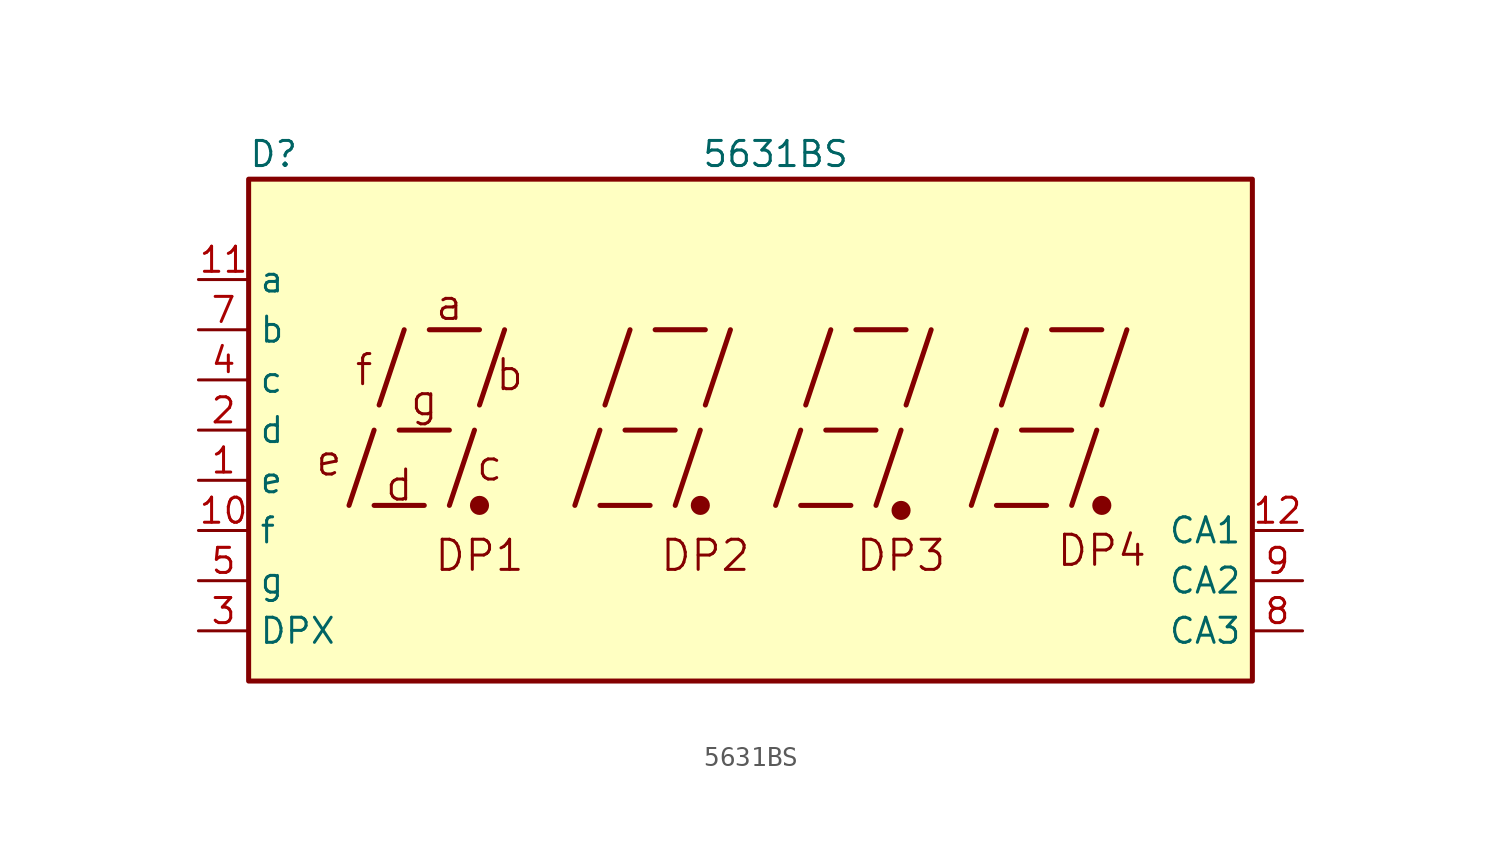
<source format=kicad_sym>
(kicad_symbol_lib
  (version 20220914)
  (generator kicad_symbol_editor)
  (symbol "5631BS"
    (property "Reference" "D"
      (at -25.4 13.97 0)
      (effects (font (size 1.27 1.27))))
    (property "Value" "5631BS"
      (at 0 13.97 0)
      (effects (font (size 1.27 1.27))))
    (symbol "5631BS_0_0"
      (rectangle (start -26.67 12.7) (end 24.13 -12.7) (stroke (width 0.254) (type default)) (fill (type background)))
      (polyline (pts (xy -21.59 -3.81) (xy -20.32 0)) (stroke (width 0.254) (type default)) (fill (type none)))
      (polyline (pts (xy -20.32 -3.81) (xy -17.78 -3.81)) (stroke (width 0.254) (type default)) (fill (type none)))
      (polyline (pts (xy -20.066 1.27) (xy -18.796 5.08)) (stroke (width 0.254) (type default)) (fill (type none)))
      (polyline (pts (xy -19.05 0) (xy -16.51 0)) (stroke (width 0.254) (type default)) (fill (type none)))
      (polyline (pts (xy -17.526 5.08) (xy -14.986 5.08)) (stroke (width 0.254) (type default)) (fill (type none)))
      (polyline (pts (xy -16.51 -3.81) (xy -15.24 0)) (stroke (width 0.254) (type default)) (fill (type none)))
      (polyline (pts (xy -14.986 1.27) (xy -13.716 5.08)) (stroke (width 0.254) (type default)) (fill (type none)))
      (polyline (pts (xy -10.16 -3.81) (xy -8.89 0)) (stroke (width 0.254) (type default)) (fill (type none)))
      (polyline (pts (xy -8.89 -3.81) (xy -6.35 -3.81)) (stroke (width 0.254) (type default)) (fill (type none)))
      (polyline (pts (xy -8.636 1.27) (xy -7.366 5.08)) (stroke (width 0.254) (type default)) (fill (type none)))
      (polyline (pts (xy -7.62 0) (xy -5.08 0)) (stroke (width 0.254) (type default)) (fill (type none)))
      (polyline (pts (xy -6.096 5.08) (xy -3.556 5.08)) (stroke (width 0.254) (type default)) (fill (type none)))
      (polyline (pts (xy -5.08 -3.81) (xy -3.81 0)) (stroke (width 0.254) (type default)) (fill (type none)))
      (polyline (pts (xy -3.556 1.27) (xy -2.286 5.08)) (stroke (width 0.254) (type default)) (fill (type none)))
      (polyline (pts (xy 0 -3.81) (xy 1.27 0)) (stroke (width 0.254) (type default)) (fill (type none)))
      (polyline (pts (xy 1.27 -3.81) (xy 3.81 -3.81)) (stroke (width 0.254) (type default)) (fill (type none)))
      (polyline (pts (xy 1.524 1.27) (xy 2.794 5.08)) (stroke (width 0.254) (type default)) (fill (type none)))
      (polyline (pts (xy 2.54 0) (xy 5.08 0)) (stroke (width 0.254) (type default)) (fill (type none)))
      (polyline (pts (xy 4.064 5.08) (xy 6.604 5.08)) (stroke (width 0.254) (type default)) (fill (type none)))
      (polyline (pts (xy 5.08 -3.81) (xy 6.35 0)) (stroke (width 0.254) (type default)) (fill (type none)))
      (polyline (pts (xy 6.604 1.27) (xy 7.874 5.08)) (stroke (width 0.254) (type default)) (fill (type none)))
      (polyline (pts (xy 9.906 -3.81) (xy 11.176 0)) (stroke (width 0.254) (type default)) (fill (type none)))
      (polyline (pts (xy 11.176 -3.81) (xy 13.716 -3.81)) (stroke (width 0.254) (type default)) (fill (type none)))
      (polyline (pts (xy 11.43 1.27) (xy 12.7 5.08)) (stroke (width 0.254) (type default)) (fill (type none)))
      (polyline (pts (xy 12.446 0) (xy 14.986 0)) (stroke (width 0.254) (type default)) (fill (type none)))
      (polyline (pts (xy 13.97 5.08) (xy 16.51 5.08)) (stroke (width 0.254) (type default)) (fill (type none)))
      (polyline (pts (xy 14.986 -3.81) (xy 16.256 0)) (stroke (width 0.254) (type default)) (fill (type none)))
      (polyline (pts (xy 16.51 1.27) (xy 17.78 5.08)) (stroke (width 0.254) (type default)) (fill (type none)))
      (text "a" (at -16.51 6.35 0) (effects (font (size 1.524 1.524))))
      (text "b" (at -13.462 2.794 0) (effects (font (size 1.524 1.524))))
      (text "c" (at -14.478 -1.778 0) (effects (font (size 1.524 1.524))))
      (text "d" (at -19.05 -2.794 0) (effects (font (size 1.524 1.524))))
      (text "DP1" (at -14.986 -6.35 0) (effects (font (size 1.524 1.524))))
      (text "DP2" (at -3.556 -6.35 0) (effects (font (size 1.524 1.524))))
      (text "DP3" (at 6.35 -6.35 0) (effects (font (size 1.524 1.524))))
      (text "DP4" (at 16.51 -6.096 0) (effects (font (size 1.524 1.524))))
      (text "e" (at -22.606 -1.524 0) (effects (font (size 1.524 1.524))))
      (text "f" (at -20.828 3.048 0) (effects (font (size 1.524 1.524))))
      (text "g" (at -17.78 1.524 0) (effects (font (size 1.524 1.524)))))
    (symbol "5631BS_0_1"
      (circle (center -14.986 -3.81) (radius 0.356) (stroke (width 0.254) (type default)) (fill (type outline)))
      (circle (center -3.81 -3.81) (radius 0.356) (stroke (width 0.254) (type default)) (fill (type outline))))
    (symbol "5631BS_1_0"
      (circle (center 6.35 -4.064) (radius 0.356) (stroke (width 0.254) (type default)) (fill (type outline)))
      (circle (center 16.51 -3.81) (radius 0.356) (stroke (width 0.254) (type default)) (fill (type outline))))
    (symbol "5631BS_1_1"
      (pin input line (at -29.21 -2.54 0) (length 2.54) (name "e" (effects (font (size 1.27 1.27)))) (number "1" (effects (font (size 1.27 1.27)))))
      (pin input line (at -29.21 -5.08 0) (length 2.54) (name "f" (effects (font (size 1.27 1.27)))) (number "10" (effects (font (size 1.27 1.27)))))
      (pin input line (at -29.21 7.62 0) (length 2.54) (name "a" (effects (font (size 1.27 1.27)))) (number "11" (effects (font (size 1.27 1.27)))))
      (pin input line (at 26.67 -5.08 180) (length 2.54) (name "CA1" (effects (font (size 1.27 1.27)))) (number "12" (effects (font (size 1.27 1.27)))))
      (pin input line (at -29.21 0 0) (length 2.54) (name "d" (effects (font (size 1.27 1.27)))) (number "2" (effects (font (size 1.27 1.27)))))
      (pin input line (at -29.21 -10.16 0) (length 2.54) (name "DPX" (effects (font (size 1.27 1.27)))) (number "3" (effects (font (size 1.27 1.27)))))
      (pin input line (at -29.21 2.54 0) (length 2.54) (name "c" (effects (font (size 1.27 1.27)))) (number "4" (effects (font (size 1.27 1.27)))))
      (pin input line (at -29.21 -7.62 0) (length 2.54) (name "g" (effects (font (size 1.27 1.27)))) (number "5" (effects (font (size 1.27 1.27)))))
      (pin input line (at -29.21 5.08 0) (length 2.54) (name "b" (effects (font (size 1.27 1.27)))) (number "7" (effects (font (size 1.27 1.27)))))
      (pin input line (at 26.67 -10.16 180) (length 2.54) (name "CA3" (effects (font (size 1.27 1.27)))) (number "8" (effects (font (size 1.27 1.27)))))
      (pin input line (at 26.67 -7.62 180) (length 2.54) (name "CA2" (effects (font (size 1.27 1.27)))) (number "9" (effects (font (size 1.27 1.27))))))))
</source>
